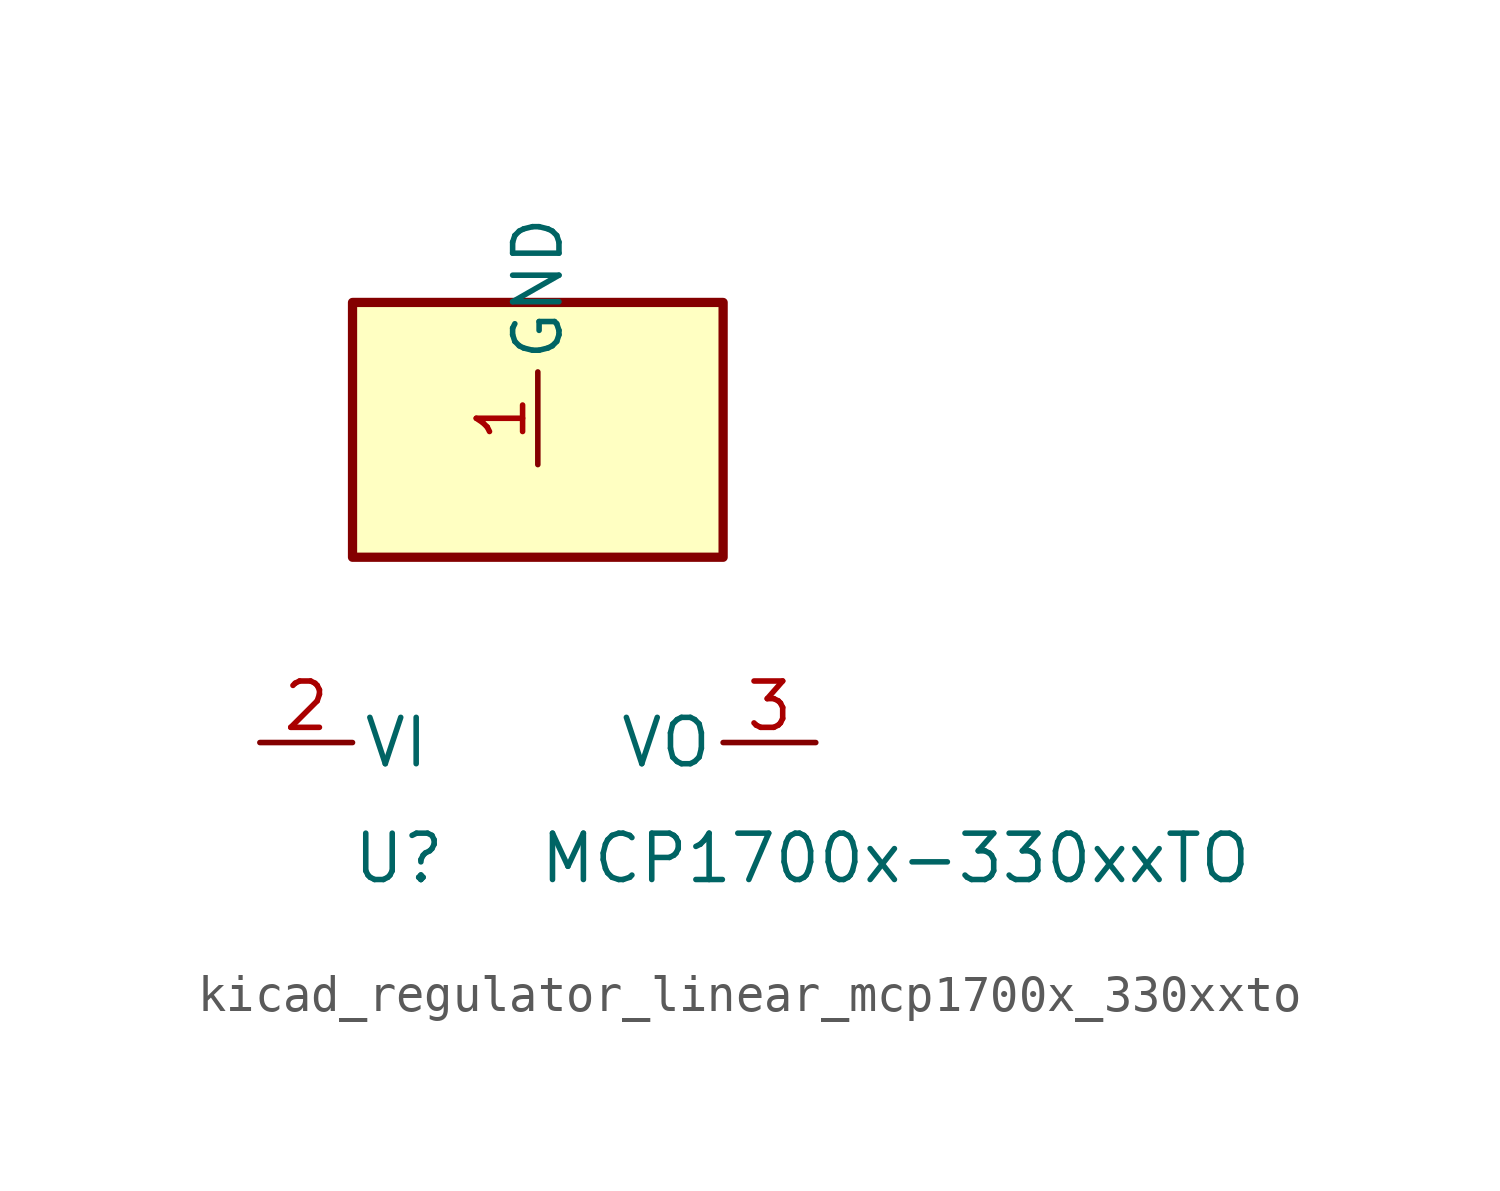
<source format=kicad_sym>
(kicad_symbol_lib
  (version 20220914)
  (generator kicad_symbol_editor)
  (symbol "kicad_regulator_linear_mcp1700x_330xxto"
    (pin_names
      (offset 0.254))
    (property "Reference" "U"
      (at -3.81 -3.175 0)
      (effects (font (size 1.27 1.27))))
    (property "Value" "MCP1700x-330xxTO"
      (at 0 -3.175 0)
      (effects (font (size 1.27 1.27)) (justify left)))
    (symbol "kicad_regulator_linear_mcp1700x_330xxto_0_1"
      (rectangle (start 5.08 12.065) (end -5.08 5.08) (stroke (width 0.254) (type default)) (fill (type background))))
    (symbol "kicad_regulator_linear_mcp1700x_330xxto_1_1"
      (pin power_in line (at 0 7.62 90) (length 2.54) (name "GND" (effects (font (size 1.27 1.27)))) (number "1" (effects (font (size 1.27 1.27)))))
      (pin power_in line (at -7.62 0 0) (length 2.54) (name "VI" (effects (font (size 1.27 1.27)))) (number "2" (effects (font (size 1.27 1.27)))))
      (pin power_out line (at 7.62 0 180) (length 2.54) (name "VO" (effects (font (size 1.27 1.27)))) (number "3" (effects (font (size 1.27 1.27))))))))
</source>
